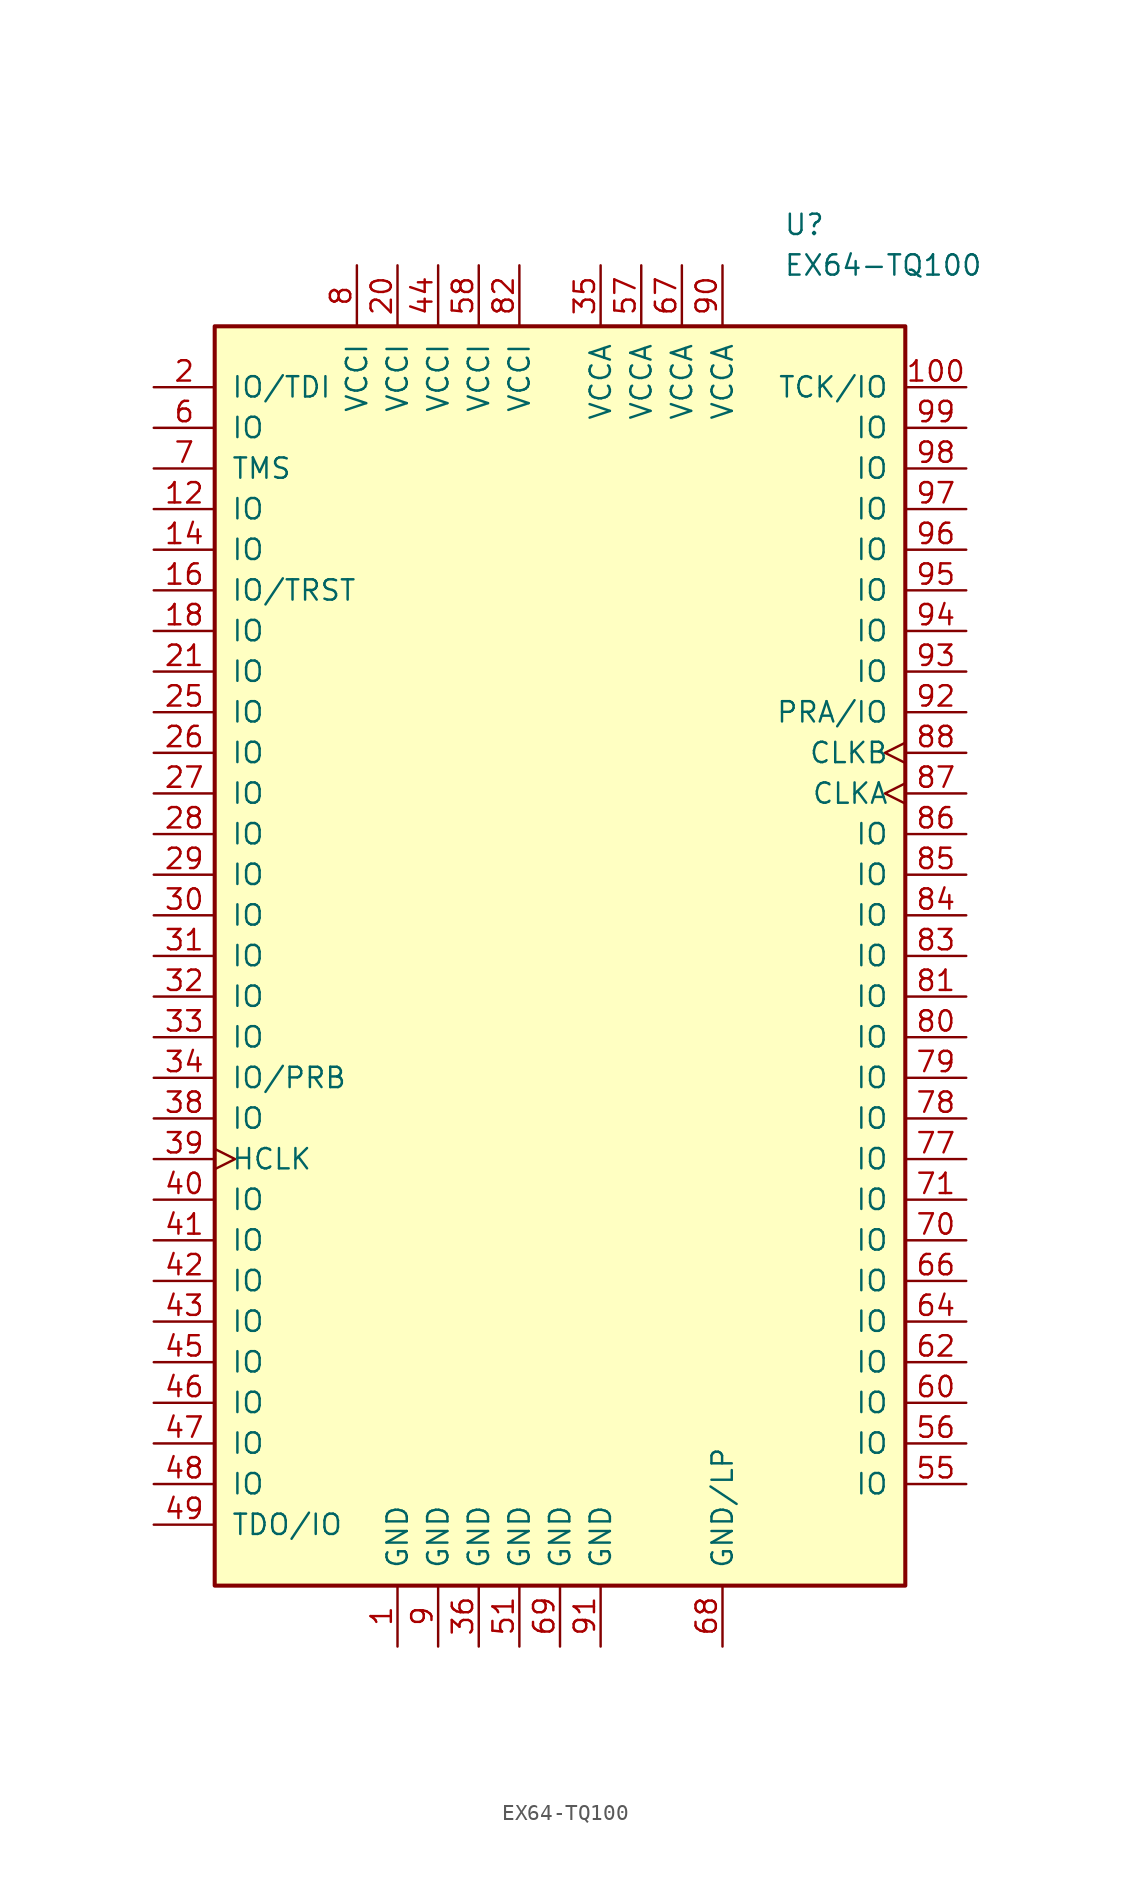
<source format=kicad_sym>
(kicad_symbol_lib
  (version 20241209)
  (generator "kicad_symbol_editor")
  (generator_version "9.0")
  (symbol "EX64-TQ100"
    (pin_names
      (offset 1.016))
    (property "Reference" "U"
      (at 13.97 45.72 0)
      (effects (font (size 1.27 1.27)) (justify left)))
    (property "Value" "EX64-TQ100"
      (at 13.97 43.18 0)
      (effects (font (size 1.27 1.27)) (justify left)))
    (symbol "EX64-TQ100_0_1"
      (rectangle (start -21.59 39.37) (end 21.59 -39.37) (stroke (width 0.254) (type default)) (fill (type background))))
    (symbol "EX64-TQ100_1_1"
      (pin bidirectional line (at -25.4 35.56 0) (length 3.81) (name "IO/TDI" (effects (font (size 1.27 1.27)))) (number "2" (effects (font (size 1.27 1.27)))))
      (pin bidirectional line (at -25.4 33.02 0) (length 3.81) (name "IO" (effects (font (size 1.27 1.27)))) (number "6" (effects (font (size 1.27 1.27)))))
      (pin input line (at -25.4 30.48 0) (length 3.81) (name "TMS" (effects (font (size 1.27 1.27)))) (number "7" (effects (font (size 1.27 1.27)))))
      (pin bidirectional line (at -25.4 27.94 0) (length 3.81) (name "IO" (effects (font (size 1.27 1.27)))) (number "12" (effects (font (size 1.27 1.27)))))
      (pin bidirectional line (at -25.4 25.4 0) (length 3.81) (name "IO" (effects (font (size 1.27 1.27)))) (number "14" (effects (font (size 1.27 1.27)))))
      (pin bidirectional line (at -25.4 22.86 0) (length 3.81) (name "IO/TRST" (effects (font (size 1.27 1.27)))) (number "16" (effects (font (size 1.27 1.27)))))
      (pin bidirectional line (at -25.4 20.32 0) (length 3.81) (name "IO" (effects (font (size 1.27 1.27)))) (number "18" (effects (font (size 1.27 1.27)))))
      (pin bidirectional line (at -25.4 17.78 0) (length 3.81) (name "IO" (effects (font (size 1.27 1.27)))) (number "21" (effects (font (size 1.27 1.27)))))
      (pin bidirectional line (at -25.4 15.24 0) (length 3.81) (name "IO" (effects (font (size 1.27 1.27)))) (number "25" (effects (font (size 1.27 1.27)))))
      (pin bidirectional line (at -25.4 12.7 0) (length 3.81) (name "IO" (effects (font (size 1.27 1.27)))) (number "26" (effects (font (size 1.27 1.27)))))
      (pin bidirectional line (at -25.4 10.16 0) (length 3.81) (name "IO" (effects (font (size 1.27 1.27)))) (number "27" (effects (font (size 1.27 1.27)))))
      (pin bidirectional line (at -25.4 7.62 0) (length 3.81) (name "IO" (effects (font (size 1.27 1.27)))) (number "28" (effects (font (size 1.27 1.27)))))
      (pin bidirectional line (at -25.4 5.08 0) (length 3.81) (name "IO" (effects (font (size 1.27 1.27)))) (number "29" (effects (font (size 1.27 1.27)))))
      (pin bidirectional line (at -25.4 2.54 0) (length 3.81) (name "IO" (effects (font (size 1.27 1.27)))) (number "30" (effects (font (size 1.27 1.27)))))
      (pin bidirectional line (at -25.4 0 0) (length 3.81) (name "IO" (effects (font (size 1.27 1.27)))) (number "31" (effects (font (size 1.27 1.27)))))
      (pin bidirectional line (at -25.4 -2.54 0) (length 3.81) (name "IO" (effects (font (size 1.27 1.27)))) (number "32" (effects (font (size 1.27 1.27)))))
      (pin bidirectional line (at -25.4 -5.08 0) (length 3.81) (name "IO" (effects (font (size 1.27 1.27)))) (number "33" (effects (font (size 1.27 1.27)))))
      (pin bidirectional line (at -25.4 -7.62 0) (length 3.81) (name "IO/PRB" (effects (font (size 1.27 1.27)))) (number "34" (effects (font (size 1.27 1.27)))))
      (pin bidirectional line (at -25.4 -10.16 0) (length 3.81) (name "IO" (effects (font (size 1.27 1.27)))) (number "38" (effects (font (size 1.27 1.27)))))
      (pin input clock (at -25.4 -12.7 0) (length 3.81) (name "HCLK" (effects (font (size 1.27 1.27)))) (number "39" (effects (font (size 1.27 1.27)))))
      (pin bidirectional line (at -25.4 -15.24 0) (length 3.81) (name "IO" (effects (font (size 1.27 1.27)))) (number "40" (effects (font (size 1.27 1.27)))))
      (pin bidirectional line (at -25.4 -17.78 0) (length 3.81) (name "IO" (effects (font (size 1.27 1.27)))) (number "41" (effects (font (size 1.27 1.27)))))
      (pin bidirectional line (at -25.4 -20.32 0) (length 3.81) (name "IO" (effects (font (size 1.27 1.27)))) (number "42" (effects (font (size 1.27 1.27)))))
      (pin bidirectional line (at -25.4 -22.86 0) (length 3.81) (name "IO" (effects (font (size 1.27 1.27)))) (number "43" (effects (font (size 1.27 1.27)))))
      (pin bidirectional line (at -25.4 -25.4 0) (length 3.81) (name "IO" (effects (font (size 1.27 1.27)))) (number "45" (effects (font (size 1.27 1.27)))))
      (pin bidirectional line (at -25.4 -27.94 0) (length 3.81) (name "IO" (effects (font (size 1.27 1.27)))) (number "46" (effects (font (size 1.27 1.27)))))
      (pin bidirectional line (at -25.4 -30.48 0) (length 3.81) (name "IO" (effects (font (size 1.27 1.27)))) (number "47" (effects (font (size 1.27 1.27)))))
      (pin bidirectional line (at -25.4 -33.02 0) (length 3.81) (name "IO" (effects (font (size 1.27 1.27)))) (number "48" (effects (font (size 1.27 1.27)))))
      (pin bidirectional line (at -25.4 -35.56 0) (length 3.81) (name "TDO/IO" (effects (font (size 1.27 1.27)))) (number "49" (effects (font (size 1.27 1.27)))))
      (pin power_in line (at -12.7 43.18 270) (length 3.81) (name "VCCI" (effects (font (size 1.27 1.27)))) (number "8" (effects (font (size 1.27 1.27)))))
      (pin power_in line (at -10.16 43.18 270) (length 3.81) (name "VCCI" (effects (font (size 1.27 1.27)))) (number "20" (effects (font (size 1.27 1.27)))))
      (pin power_out line (at -10.16 -43.18 90) (length 3.81) (name "GND" (effects (font (size 1.27 1.27)))) (number "1" (effects (font (size 1.27 1.27)))))
      (pin power_in line (at -7.62 43.18 270) (length 3.81) (name "VCCI" (effects (font (size 1.27 1.27)))) (number "44" (effects (font (size 1.27 1.27)))))
      (pin power_out line (at -7.62 -43.18 90) (length 3.81) (name "GND" (effects (font (size 1.27 1.27)))) (number "9" (effects (font (size 1.27 1.27)))))
      (pin power_in line (at -5.08 43.18 270) (length 3.81) (name "VCCI" (effects (font (size 1.27 1.27)))) (number "58" (effects (font (size 1.27 1.27)))))
      (pin power_out line (at -5.08 -43.18 90) (length 3.81) (name "GND" (effects (font (size 1.27 1.27)))) (number "36" (effects (font (size 1.27 1.27)))))
      (pin power_in line (at -2.54 43.18 270) (length 3.81) (name "VCCI" (effects (font (size 1.27 1.27)))) (number "82" (effects (font (size 1.27 1.27)))))
      (pin power_out line (at -2.54 -43.18 90) (length 3.81) (name "GND" (effects (font (size 1.27 1.27)))) (number "51" (effects (font (size 1.27 1.27)))))
      (pin power_out line (at 0 -43.18 90) (length 3.81) (name "GND" (effects (font (size 1.27 1.27)))) (number "69" (effects (font (size 1.27 1.27)))))
      (pin power_in line (at 2.54 43.18 270) (length 3.81) (name "VCCA" (effects (font (size 1.27 1.27)))) (number "35" (effects (font (size 1.27 1.27)))))
      (pin power_in line (at 2.54 -43.18 90) (length 3.81) (name "GND" (effects (font (size 1.27 1.27)))) (number "91" (effects (font (size 1.27 1.27)))))
      (pin power_in line (at 5.08 43.18 270) (length 3.81) (name "VCCA" (effects (font (size 1.27 1.27)))) (number "57" (effects (font (size 1.27 1.27)))))
      (pin power_in line (at 7.62 43.18 270) (length 3.81) (name "VCCA" (effects (font (size 1.27 1.27)))) (number "67" (effects (font (size 1.27 1.27)))))
      (pin power_in line (at 10.16 43.18 270) (length 3.81) (name "VCCA" (effects (font (size 1.27 1.27)))) (number "90" (effects (font (size 1.27 1.27)))))
      (pin power_out line (at 10.16 -43.18 90) (length 3.81) (name "GND/LP" (effects (font (size 1.27 1.27)))) (number "68" (effects (font (size 1.27 1.27)))))
      (pin bidirectional line (at 25.4 35.56 180) (length 3.81) (name "TCK/IO" (effects (font (size 1.27 1.27)))) (number "100" (effects (font (size 1.27 1.27)))))
      (pin bidirectional line (at 25.4 33.02 180) (length 3.81) (name "IO" (effects (font (size 1.27 1.27)))) (number "99" (effects (font (size 1.27 1.27)))))
      (pin bidirectional line (at 25.4 30.48 180) (length 3.81) (name "IO" (effects (font (size 1.27 1.27)))) (number "98" (effects (font (size 1.27 1.27)))))
      (pin bidirectional line (at 25.4 27.94 180) (length 3.81) (name "IO" (effects (font (size 1.27 1.27)))) (number "97" (effects (font (size 1.27 1.27)))))
      (pin bidirectional line (at 25.4 25.4 180) (length 3.81) (name "IO" (effects (font (size 1.27 1.27)))) (number "96" (effects (font (size 1.27 1.27)))))
      (pin bidirectional line (at 25.4 22.86 180) (length 3.81) (name "IO" (effects (font (size 1.27 1.27)))) (number "95" (effects (font (size 1.27 1.27)))))
      (pin bidirectional line (at 25.4 20.32 180) (length 3.81) (name "IO" (effects (font (size 1.27 1.27)))) (number "94" (effects (font (size 1.27 1.27)))))
      (pin bidirectional line (at 25.4 17.78 180) (length 3.81) (name "IO" (effects (font (size 1.27 1.27)))) (number "93" (effects (font (size 1.27 1.27)))))
      (pin bidirectional line (at 25.4 15.24 180) (length 3.81) (name "PRA/IO" (effects (font (size 1.27 1.27)))) (number "92" (effects (font (size 1.27 1.27)))))
      (pin input clock (at 25.4 12.7 180) (length 3.81) (name "CLKB" (effects (font (size 1.27 1.27)))) (number "88" (effects (font (size 1.27 1.27)))))
      (pin input clock (at 25.4 10.16 180) (length 3.81) (name "CLKA" (effects (font (size 1.27 1.27)))) (number "87" (effects (font (size 1.27 1.27)))))
      (pin bidirectional line (at 25.4 7.62 180) (length 3.81) (name "IO" (effects (font (size 1.27 1.27)))) (number "86" (effects (font (size 1.27 1.27)))))
      (pin bidirectional line (at 25.4 5.08 180) (length 3.81) (name "IO" (effects (font (size 1.27 1.27)))) (number "85" (effects (font (size 1.27 1.27)))))
      (pin bidirectional line (at 25.4 2.54 180) (length 3.81) (name "IO" (effects (font (size 1.27 1.27)))) (number "84" (effects (font (size 1.27 1.27)))))
      (pin bidirectional line (at 25.4 0 180) (length 3.81) (name "IO" (effects (font (size 1.27 1.27)))) (number "83" (effects (font (size 1.27 1.27)))))
      (pin bidirectional line (at 25.4 -2.54 180) (length 3.81) (name "IO" (effects (font (size 1.27 1.27)))) (number "81" (effects (font (size 1.27 1.27)))))
      (pin bidirectional line (at 25.4 -5.08 180) (length 3.81) (name "IO" (effects (font (size 1.27 1.27)))) (number "80" (effects (font (size 1.27 1.27)))))
      (pin bidirectional line (at 25.4 -7.62 180) (length 3.81) (name "IO" (effects (font (size 1.27 1.27)))) (number "79" (effects (font (size 1.27 1.27)))))
      (pin bidirectional line (at 25.4 -10.16 180) (length 3.81) (name "IO" (effects (font (size 1.27 1.27)))) (number "78" (effects (font (size 1.27 1.27)))))
      (pin bidirectional line (at 25.4 -12.7 180) (length 3.81) (name "IO" (effects (font (size 1.27 1.27)))) (number "77" (effects (font (size 1.27 1.27)))))
      (pin bidirectional line (at 25.4 -15.24 180) (length 3.81) (name "IO" (effects (font (size 1.27 1.27)))) (number "71" (effects (font (size 1.27 1.27)))))
      (pin bidirectional line (at 25.4 -17.78 180) (length 3.81) (name "IO" (effects (font (size 1.27 1.27)))) (number "70" (effects (font (size 1.27 1.27)))))
      (pin bidirectional line (at 25.4 -20.32 180) (length 3.81) (name "IO" (effects (font (size 1.27 1.27)))) (number "66" (effects (font (size 1.27 1.27)))))
      (pin bidirectional line (at 25.4 -22.86 180) (length 3.81) (name "IO" (effects (font (size 1.27 1.27)))) (number "64" (effects (font (size 1.27 1.27)))))
      (pin bidirectional line (at 25.4 -25.4 180) (length 3.81) (name "IO" (effects (font (size 1.27 1.27)))) (number "62" (effects (font (size 1.27 1.27)))))
      (pin bidirectional line (at 25.4 -27.94 180) (length 3.81) (name "IO" (effects (font (size 1.27 1.27)))) (number "60" (effects (font (size 1.27 1.27)))))
      (pin bidirectional line (at 25.4 -30.48 180) (length 3.81) (name "IO" (effects (font (size 1.27 1.27)))) (number "56" (effects (font (size 1.27 1.27)))))
      (pin bidirectional line (at 25.4 -33.02 180) (length 3.81) (name "IO" (effects (font (size 1.27 1.27)))) (number "55" (effects (font (size 1.27 1.27))))))))
</source>
